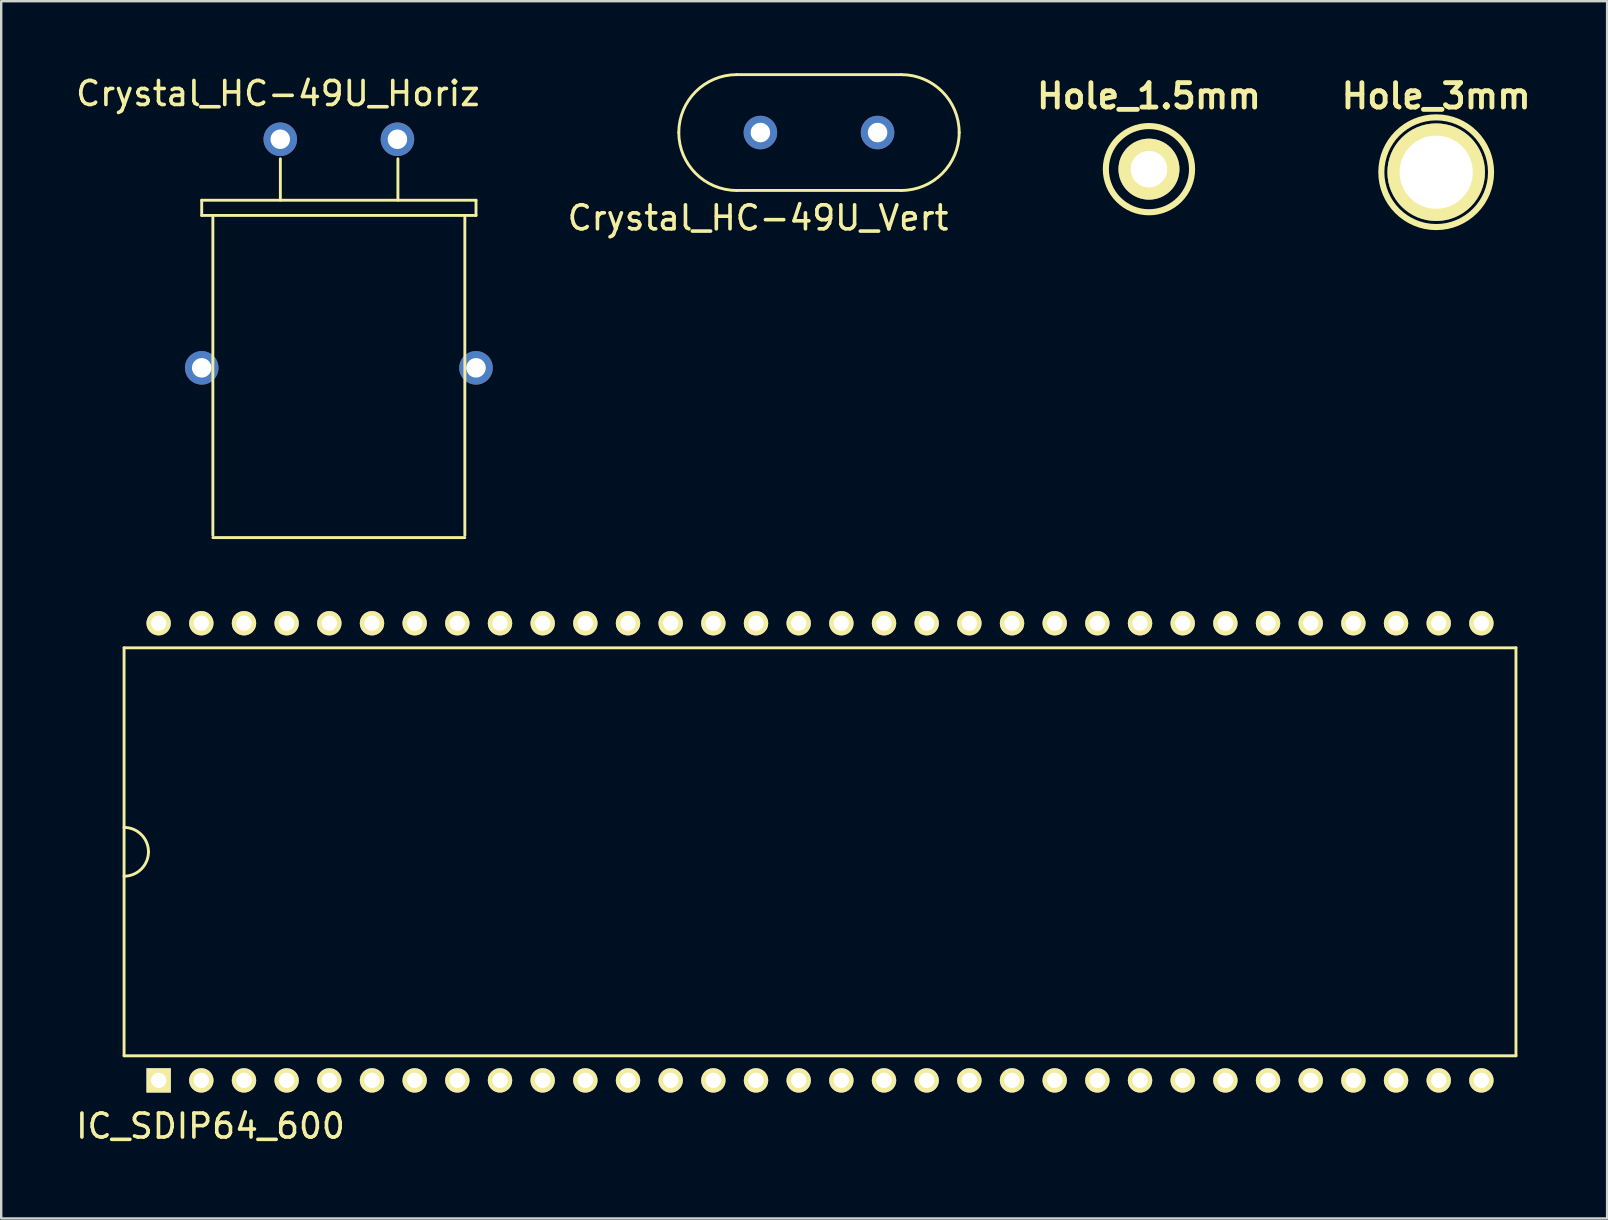
<source format=kicad_pcb>
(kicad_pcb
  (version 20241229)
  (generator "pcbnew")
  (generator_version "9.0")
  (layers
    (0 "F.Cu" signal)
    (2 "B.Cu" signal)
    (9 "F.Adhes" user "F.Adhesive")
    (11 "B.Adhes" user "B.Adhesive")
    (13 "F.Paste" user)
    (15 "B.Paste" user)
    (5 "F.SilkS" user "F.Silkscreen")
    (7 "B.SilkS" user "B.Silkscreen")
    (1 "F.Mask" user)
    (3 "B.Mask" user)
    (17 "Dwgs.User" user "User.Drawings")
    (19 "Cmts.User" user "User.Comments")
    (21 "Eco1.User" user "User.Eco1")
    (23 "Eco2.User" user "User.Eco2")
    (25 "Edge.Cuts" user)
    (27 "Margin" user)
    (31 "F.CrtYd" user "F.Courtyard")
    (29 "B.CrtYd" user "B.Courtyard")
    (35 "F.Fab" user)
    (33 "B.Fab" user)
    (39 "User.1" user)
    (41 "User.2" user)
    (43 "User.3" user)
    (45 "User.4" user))
  (footprint "Hole_1.5mm"
    (layer "F.Cu")
    (at 44.827 3.999)
    (property "Reference" "Hole_1.5mm" (at 0 -3.048 0) (layer "F.SilkS") (effects (font (size 1.016 1.016) (thickness 0.203))))
    (attr through_hole)
    (fp_circle (center 0 0) (end -1.27 -1.27) (stroke (width 0.254) (type solid)) (fill no) (layer "F.SilkS"))
    (pad "1" thru_hole circle (at 0 0) (size 2.54 2.54) (drill 1.52) (layers "*.Cu" "*.Mask" "F.SilkS")))
  (footprint "Crystal_HC-49U_Horiz"
    (layer "F.Cu")
    (at 11.07 2.753)
    (property "Reference" "Crystal_HC-49U_Horiz" (at -2.54 -1.905 0) (layer "F.SilkS") (effects (font (size 1 1) (thickness 0.15))))
    (attr through_hole)
    (fp_line (start -5.715 2.54) (end -5.715 3.175) (stroke (width 0.12) (type solid)) (layer "F.SilkS"))
    (fp_line (start -5.715 2.54) (end 5.715 2.54) (stroke (width 0.12) (type solid)) (layer "F.SilkS"))
    (fp_line (start -5.715 3.175) (end 5.715 3.175) (stroke (width 0.12) (type solid)) (layer "F.SilkS"))
    (fp_line (start -5.25 16.5) (end -5.25 3.251) (stroke (width 0.12) (type solid)) (layer "F.SilkS"))
    (fp_line (start -5.25 16.599) (end 5.25 16.599) (stroke (width 0.12) (type solid)) (layer "F.SilkS"))
    (fp_line (start -2.438 0.813) (end -2.438 2.54) (stroke (width 0.12) (type solid)) (layer "F.SilkS"))
    (fp_line (start 2.461 0.813) (end 2.461 2.54) (stroke (width 0.12) (type solid)) (layer "F.SilkS"))
    (fp_line (start 5.25 16.5) (end 5.25 3.251) (stroke (width 0.12) (type solid)) (layer "F.SilkS"))
    (fp_line (start 5.715 3.175) (end 5.715 2.54) (stroke (width 0.12) (type solid)) (layer "F.SilkS"))
    (pad "1" thru_hole circle (at -2.441 0) (size 1.397 1.397) (drill 0.813) (layers "*.Cu" "*.Mask"))
    (pad "2" thru_hole circle (at 2.441 0) (size 1.397 1.397) (drill 0.813) (layers "*.Cu" "*.Mask"))
    (pad "3" thru_hole circle (at -5.715 9.525) (size 1.397 1.397) (drill 0.813) (layers "*.Cu" "*.Mask"))
    (pad "3" thru_hole circle (at 5.715 9.525) (size 1.397 1.397) (drill 0.813) (layers "*.Cu" "*.Mask")))
  (footprint "Crystal_HC-49U_Vert"
    (layer "F.Cu")
    (at 31.077 2.473)
    (property "Reference" "Crystal_HC-49U_Vert" (at -2.54 3.556 0) (layer "F.SilkS") (effects (font (size 1 1) (thickness 0.15))))
    (attr through_hole)
    (fp_line (start -3.429 2.413) (end 3.429 2.413) (stroke (width 0.12) (type solid)) (layer "F.SilkS"))
    (fp_line (start 3.429 -2.413) (end -3.429 -2.413) (stroke (width 0.12) (type solid)) (layer "F.SilkS"))
    (fp_arc (start -5.842 0) (mid -5.135249 -1.706249) (end -3.429 -2.413) (stroke (width 0.12) (type solid)) (layer "F.SilkS"))
    (fp_arc (start -3.429 2.413) (mid -5.135249 1.706249) (end -5.842 0) (stroke (width 0.12) (type solid)) (layer "F.SilkS"))
    (fp_arc (start 3.429 -2.413) (mid 5.135249 -1.706249) (end 5.842 0) (stroke (width 0.12) (type solid)) (layer "F.SilkS"))
    (fp_arc (start 5.842 0) (mid 5.135249 1.706249) (end 3.429 2.413) (stroke (width 0.12) (type solid)) (layer "F.SilkS"))
    (pad "1" thru_hole circle (at -2.441 0) (size 1.397 1.397) (drill 0.813) (layers "*.Cu" "*.Mask"))
    (pad "2" thru_hole circle (at 2.441 0) (size 1.397 1.397) (drill 0.813) (layers "*.Cu" "*.Mask")))
  (footprint "IC_SDIP64_600"
    (layer "F.Cu")
    (at 31.12 32.445)
    (property "Reference" "IC_SDIP64_600" (at -25.4 11.43 0) (layer "F.SilkS") (effects (font (size 1 1) (thickness 0.15))))
    (attr through_hole)
    (fp_line (start -29 -8.5) (end 29 -8.5) (stroke (width 0.12) (type solid)) (layer "F.SilkS"))
    (fp_line (start -29 8.5) (end -29 -8.5) (stroke (width 0.12) (type solid)) (layer "F.SilkS"))
    (fp_line (start 29 -8.5) (end 29 8.5) (stroke (width 0.12) (type solid)) (layer "F.SilkS"))
    (fp_line (start 29 8.5) (end -29 8.5) (stroke (width 0.12) (type solid)) (layer "F.SilkS"))
    (fp_arc (start -29 -1.016) (mid -28.28158 -0.71842) (end -27.984 0) (stroke (width 0.12) (type solid)) (layer "F.SilkS"))
    (fp_arc (start -27.984 0) (mid -28.28158 0.71842) (end -29 1.016) (stroke (width 0.12) (type solid)) (layer "F.SilkS"))
    (pad "1" thru_hole rect (at -27.559 9.525) (size 1.016 1.016) (drill 0.635) (layers "*.Cu" "*.Mask" "F.SilkS"))
    (pad "2" thru_hole circle (at -25.781 9.525) (size 1.016 1.016) (drill 0.635) (layers "*.Cu" "*.Mask" "F.SilkS"))
    (pad "3" thru_hole circle (at -24.003 9.525) (size 1.016 1.016) (drill 0.635) (layers "*.Cu" "*.Mask" "F.SilkS"))
    (pad "4" thru_hole circle (at -22.225 9.525) (size 1.016 1.016) (drill 0.635) (layers "*.Cu" "*.Mask" "F.SilkS"))
    (pad "5" thru_hole circle (at -20.447 9.525) (size 1.016 1.016) (drill 0.635) (layers "*.Cu" "*.Mask" "F.SilkS"))
    (pad "6" thru_hole circle (at -18.669 9.525) (size 1.016 1.016) (drill 0.635) (layers "*.Cu" "*.Mask" "F.SilkS"))
    (pad "7" thru_hole circle (at -16.891 9.525) (size 1.016 1.016) (drill 0.635) (layers "*.Cu" "*.Mask" "F.SilkS"))
    (pad "8" thru_hole circle (at -15.113 9.525) (size 1.016 1.016) (drill 0.635) (layers "*.Cu" "*.Mask" "F.SilkS"))
    (pad "9" thru_hole circle (at -13.335 9.525) (size 1.016 1.016) (drill 0.635) (layers "*.Cu" "*.Mask" "F.SilkS"))
    (pad "10" thru_hole circle (at -11.557 9.525) (size 1.016 1.016) (drill 0.635) (layers "*.Cu" "*.Mask" "F.SilkS"))
    (pad "11" thru_hole circle (at -9.779 9.525) (size 1.016 1.016) (drill 0.635) (layers "*.Cu" "*.Mask" "F.SilkS"))
    (pad "12" thru_hole circle (at -8.001 9.525) (size 1.016 1.016) (drill 0.635) (layers "*.Cu" "*.Mask" "F.SilkS"))
    (pad "13" thru_hole circle (at -6.223 9.525) (size 1.016 1.016) (drill 0.635) (layers "*.Cu" "*.Mask" "F.SilkS"))
    (pad "14" thru_hole circle (at -4.445 9.525) (size 1.016 1.016) (drill 0.635) (layers "*.Cu" "*.Mask" "F.SilkS"))
    (pad "15" thru_hole circle (at -2.667 9.525) (size 1.016 1.016) (drill 0.635) (layers "*.Cu" "*.Mask" "F.SilkS"))
    (pad "16" thru_hole circle (at -0.889 9.525) (size 1.016 1.016) (drill 0.635) (layers "*.Cu" "*.Mask" "F.SilkS"))
    (pad "17" thru_hole circle (at 0.889 9.525) (size 1.016 1.016) (drill 0.635) (layers "*.Cu" "*.Mask" "F.SilkS"))
    (pad "18" thru_hole circle (at 2.667 9.525) (size 1.016 1.016) (drill 0.635) (layers "*.Cu" "*.Mask" "F.SilkS"))
    (pad "19" thru_hole circle (at 4.445 9.525) (size 1.016 1.016) (drill 0.635) (layers "*.Cu" "*.Mask" "F.SilkS"))
    (pad "20" thru_hole circle (at 6.223 9.525) (size 1.016 1.016) (drill 0.635) (layers "*.Cu" "*.Mask" "F.SilkS"))
    (pad "21" thru_hole circle (at 8.001 9.525) (size 1.016 1.016) (drill 0.635) (layers "*.Cu" "*.Mask" "F.SilkS"))
    (pad "22" thru_hole circle (at 9.779 9.525) (size 1.016 1.016) (drill 0.635) (layers "*.Cu" "*.Mask" "F.SilkS"))
    (pad "23" thru_hole circle (at 11.557 9.525) (size 1.016 1.016) (drill 0.635) (layers "*.Cu" "*.Mask" "F.SilkS"))
    (pad "24" thru_hole circle (at 13.335 9.525) (size 1.016 1.016) (drill 0.635) (layers "*.Cu" "*.Mask" "F.SilkS"))
    (pad "25" thru_hole circle (at 15.113 9.525) (size 1.016 1.016) (drill 0.635) (layers "*.Cu" "*.Mask" "F.SilkS"))
    (pad "26" thru_hole circle (at 16.891 9.525) (size 1.016 1.016) (drill 0.635) (layers "*.Cu" "*.Mask" "F.SilkS"))
    (pad "27" thru_hole circle (at 18.669 9.525) (size 1.016 1.016) (drill 0.635) (layers "*.Cu" "*.Mask" "F.SilkS"))
    (pad "28" thru_hole circle (at 20.447 9.525) (size 1.016 1.016) (drill 0.635) (layers "*.Cu" "*.Mask" "F.SilkS"))
    (pad "29" thru_hole circle (at 22.225 9.525) (size 1.016 1.016) (drill 0.635) (layers "*.Cu" "*.Mask" "F.SilkS"))
    (pad "30" thru_hole circle (at 24.003 9.525) (size 1.016 1.016) (drill 0.635) (layers "*.Cu" "*.Mask" "F.SilkS"))
    (pad "31" thru_hole circle (at 25.781 9.525) (size 1.016 1.016) (drill 0.635) (layers "*.Cu" "*.Mask" "F.SilkS"))
    (pad "32" thru_hole circle (at 27.559 9.525) (size 1.016 1.016) (drill 0.635) (layers "*.Cu" "*.Mask" "F.SilkS"))
    (pad "33" thru_hole circle (at 27.559 -9.525) (size 1.016 1.016) (drill 0.635) (layers "*.Cu" "*.Mask" "F.SilkS"))
    (pad "34" thru_hole circle (at 25.781 -9.525) (size 1.016 1.016) (drill 0.635) (layers "*.Cu" "*.Mask" "F.SilkS"))
    (pad "35" thru_hole circle (at 24.003 -9.525) (size 1.016 1.016) (drill 0.635) (layers "*.Cu" "*.Mask" "F.SilkS"))
    (pad "36" thru_hole circle (at 22.225 -9.525) (size 1.016 1.016) (drill 0.635) (layers "*.Cu" "*.Mask" "F.SilkS"))
    (pad "37" thru_hole circle (at 20.447 -9.525) (size 1.016 1.016) (drill 0.635) (layers "*.Cu" "*.Mask" "F.SilkS"))
    (pad "38" thru_hole circle (at 18.669 -9.525) (size 1.016 1.016) (drill 0.635) (layers "*.Cu" "*.Mask" "F.SilkS"))
    (pad "39" thru_hole circle (at 16.891 -9.525) (size 1.016 1.016) (drill 0.635) (layers "*.Cu" "*.Mask" "F.SilkS"))
    (pad "40" thru_hole circle (at 15.113 -9.525) (size 1.016 1.016) (drill 0.635) (layers "*.Cu" "*.Mask" "F.SilkS"))
    (pad "41" thru_hole circle (at 13.335 -9.525) (size 1.016 1.016) (drill 0.635) (layers "*.Cu" "*.Mask" "F.SilkS"))
    (pad "42" thru_hole circle (at 11.557 -9.525) (size 1.016 1.016) (drill 0.635) (layers "*.Cu" "*.Mask" "F.SilkS"))
    (pad "43" thru_hole circle (at 9.779 -9.525) (size 1.016 1.016) (drill 0.635) (layers "*.Cu" "*.Mask" "F.SilkS"))
    (pad "44" thru_hole circle (at 8.001 -9.525) (size 1.016 1.016) (drill 0.635) (layers "*.Cu" "*.Mask" "F.SilkS"))
    (pad "45" thru_hole circle (at 6.223 -9.525) (size 1.016 1.016) (drill 0.635) (layers "*.Cu" "*.Mask" "F.SilkS"))
    (pad "46" thru_hole circle (at 4.445 -9.525) (size 1.016 1.016) (drill 0.635) (layers "*.Cu" "*.Mask" "F.SilkS"))
    (pad "47" thru_hole circle (at 2.667 -9.525) (size 1.016 1.016) (drill 0.635) (layers "*.Cu" "*.Mask" "F.SilkS"))
    (pad "48" thru_hole circle (at 0.889 -9.525) (size 1.016 1.016) (drill 0.635) (layers "*.Cu" "*.Mask" "F.SilkS"))
    (pad "49" thru_hole circle (at -0.889 -9.525) (size 1.016 1.016) (drill 0.635) (layers "*.Cu" "*.Mask" "F.SilkS"))
    (pad "50" thru_hole circle (at -2.667 -9.525) (size 1.016 1.016) (drill 0.635) (layers "*.Cu" "*.Mask" "F.SilkS"))
    (pad "51" thru_hole circle (at -4.445 -9.525) (size 1.016 1.016) (drill 0.635) (layers "*.Cu" "*.Mask" "F.SilkS"))
    (pad "52" thru_hole circle (at -6.223 -9.525) (size 1.016 1.016) (drill 0.635) (layers "*.Cu" "*.Mask" "F.SilkS"))
    (pad "53" thru_hole circle (at -8.001 -9.525) (size 1.016 1.016) (drill 0.635) (layers "*.Cu" "*.Mask" "F.SilkS"))
    (pad "54" thru_hole circle (at -9.779 -9.525) (size 1.016 1.016) (drill 0.635) (layers "*.Cu" "*.Mask" "F.SilkS"))
    (pad "55" thru_hole circle (at -11.557 -9.525) (size 1.016 1.016) (drill 0.635) (layers "*.Cu" "*.Mask" "F.SilkS"))
    (pad "56" thru_hole circle (at -13.335 -9.525) (size 1.016 1.016) (drill 0.635) (layers "*.Cu" "*.Mask" "F.SilkS"))
    (pad "57" thru_hole circle (at -15.113 -9.525) (size 1.016 1.016) (drill 0.635) (layers "*.Cu" "*.Mask" "F.SilkS"))
    (pad "58" thru_hole circle (at -16.891 -9.525) (size 1.016 1.016) (drill 0.635) (layers "*.Cu" "*.Mask" "F.SilkS"))
    (pad "59" thru_hole circle (at -18.669 -9.525) (size 1.016 1.016) (drill 0.635) (layers "*.Cu" "*.Mask" "F.SilkS"))
    (pad "60" thru_hole circle (at -20.447 -9.525) (size 1.016 1.016) (drill 0.635) (layers "*.Cu" "*.Mask" "F.SilkS"))
    (pad "61" thru_hole circle (at -22.225 -9.525) (size 1.016 1.016) (drill 0.635) (layers "*.Cu" "*.Mask" "F.SilkS"))
    (pad "62" thru_hole circle (at -24.003 -9.525) (size 1.016 1.016) (drill 0.635) (layers "*.Cu" "*.Mask" "F.SilkS"))
    (pad "63" thru_hole circle (at -25.781 -9.525) (size 1.016 1.016) (drill 0.635) (layers "*.Cu" "*.Mask" "F.SilkS"))
    (pad "64" thru_hole circle (at -27.559 -9.525) (size 1.016 1.016) (drill 0.635) (layers "*.Cu" "*.Mask" "F.SilkS")))
  (footprint "Hole_3mm"
    (layer "F.Cu")
    (at 56.796 4.126)
    (property "Reference" "Hole_3mm" (at 0 -3.175 0) (layer "F.SilkS") (effects (font (size 1.016 1.016) (thickness 0.203))))
    (attr through_hole)
    (fp_circle (center 0 0) (end 0 -2.286) (stroke (width 0.254) (type solid)) (fill no) (layer "F.SilkS"))
    (pad "1" thru_hole circle (at 0 0) (size 4.064 4.064) (drill 3.048) (layers "*.Cu" "*.Mask" "F.SilkS")))
  (gr_rect
    (start -3 -3)
    (end 63.918 47.723)
    (stroke (width 0.1) (type default))
    (fill no)
    (layer "Edge.Cuts")))
</source>
